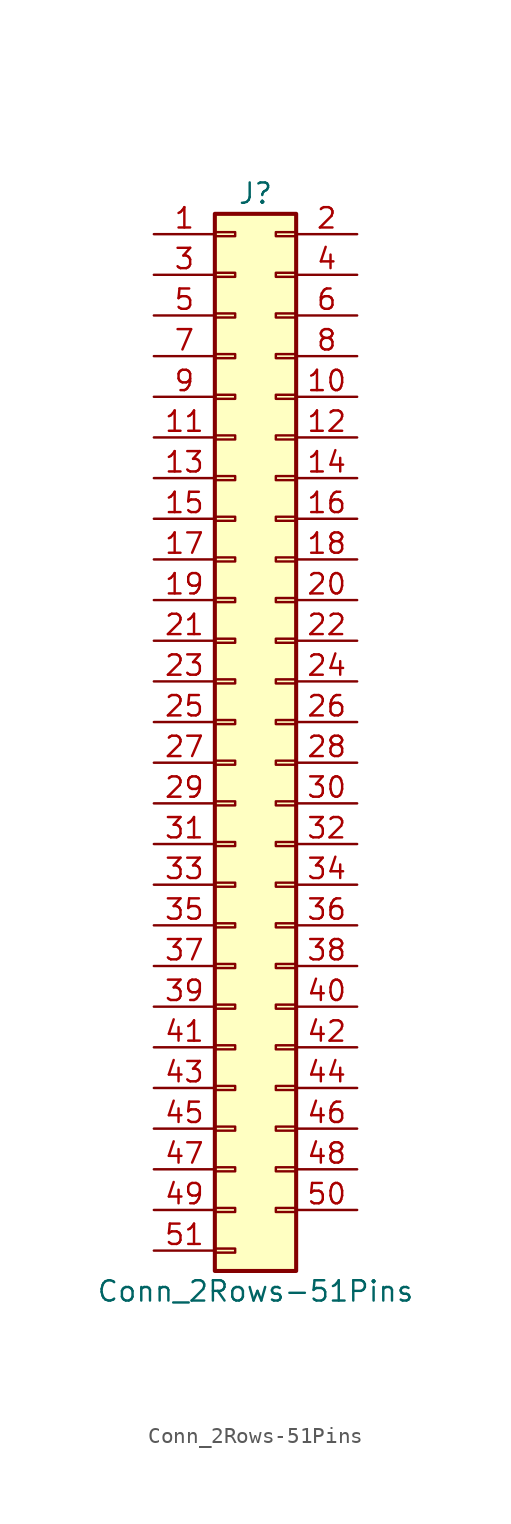
<source format=kicad_sym>
(kicad_symbol_lib
  (version 20211014)
  (generator kicad_symbol_editor)
  (symbol "Conn_2Rows-51Pins"
    (pin_names
      (offset 1.016) hide)
    (property "Reference" "J"
      (at 1.27 33.02 0)
      (effects (font (size 1.27 1.27))))
    (property "Value" "Conn_2Rows-51Pins"
      (at 1.27 -35.56 0)
      (effects (font (size 1.27 1.27))))
    (symbol "Conn_2Rows-51Pins_1_1"
      (rectangle (start -1.27 -32.893) (end 0 -33.147) (stroke (width 0.152) (type default) (color 0 0 0 0)) (fill (type none)))
      (rectangle (start -1.27 -30.353) (end 0 -30.607) (stroke (width 0.152) (type default) (color 0 0 0 0)) (fill (type none)))
      (rectangle (start -1.27 -27.813) (end 0 -28.067) (stroke (width 0.152) (type default) (color 0 0 0 0)) (fill (type none)))
      (rectangle (start -1.27 -25.273) (end 0 -25.527) (stroke (width 0.152) (type default) (color 0 0 0 0)) (fill (type none)))
      (rectangle (start -1.27 -22.733) (end 0 -22.987) (stroke (width 0.152) (type default) (color 0 0 0 0)) (fill (type none)))
      (rectangle (start -1.27 -20.193) (end 0 -20.447) (stroke (width 0.152) (type default) (color 0 0 0 0)) (fill (type none)))
      (rectangle (start -1.27 -17.653) (end 0 -17.907) (stroke (width 0.152) (type default) (color 0 0 0 0)) (fill (type none)))
      (rectangle (start -1.27 -15.113) (end 0 -15.367) (stroke (width 0.152) (type default) (color 0 0 0 0)) (fill (type none)))
      (rectangle (start -1.27 -12.573) (end 0 -12.827) (stroke (width 0.152) (type default) (color 0 0 0 0)) (fill (type none)))
      (rectangle (start -1.27 -10.033) (end 0 -10.287) (stroke (width 0.152) (type default) (color 0 0 0 0)) (fill (type none)))
      (rectangle (start -1.27 -7.493) (end 0 -7.747) (stroke (width 0.152) (type default) (color 0 0 0 0)) (fill (type none)))
      (rectangle (start -1.27 -4.953) (end 0 -5.207) (stroke (width 0.152) (type default) (color 0 0 0 0)) (fill (type none)))
      (rectangle (start -1.27 -2.413) (end 0 -2.667) (stroke (width 0.152) (type default) (color 0 0 0 0)) (fill (type none)))
      (rectangle (start -1.27 0.127) (end 0 -0.127) (stroke (width 0.152) (type default) (color 0 0 0 0)) (fill (type none)))
      (rectangle (start -1.27 2.667) (end 0 2.413) (stroke (width 0.152) (type default) (color 0 0 0 0)) (fill (type none)))
      (rectangle (start -1.27 5.207) (end 0 4.953) (stroke (width 0.152) (type default) (color 0 0 0 0)) (fill (type none)))
      (rectangle (start -1.27 7.747) (end 0 7.493) (stroke (width 0.152) (type default) (color 0 0 0 0)) (fill (type none)))
      (rectangle (start -1.27 10.287) (end 0 10.033) (stroke (width 0.152) (type default) (color 0 0 0 0)) (fill (type none)))
      (rectangle (start -1.27 12.827) (end 0 12.573) (stroke (width 0.152) (type default) (color 0 0 0 0)) (fill (type none)))
      (rectangle (start -1.27 15.367) (end 0 15.113) (stroke (width 0.152) (type default) (color 0 0 0 0)) (fill (type none)))
      (rectangle (start -1.27 17.907) (end 0 17.653) (stroke (width 0.152) (type default) (color 0 0 0 0)) (fill (type none)))
      (rectangle (start -1.27 20.447) (end 0 20.193) (stroke (width 0.152) (type default) (color 0 0 0 0)) (fill (type none)))
      (rectangle (start -1.27 22.987) (end 0 22.733) (stroke (width 0.152) (type default) (color 0 0 0 0)) (fill (type none)))
      (rectangle (start -1.27 25.527) (end 0 25.273) (stroke (width 0.152) (type default) (color 0 0 0 0)) (fill (type none)))
      (rectangle (start -1.27 28.067) (end 0 27.813) (stroke (width 0.152) (type default) (color 0 0 0 0)) (fill (type none)))
      (rectangle (start -1.27 30.607) (end 0 30.353) (stroke (width 0.152) (type default) (color 0 0 0 0)) (fill (type none)))
      (rectangle (start -1.27 31.75) (end 3.81 -34.29) (stroke (width 0.254) (type default) (color 0 0 0 0)) (fill (type background)))
      (rectangle (start 3.81 -30.353) (end 2.54 -30.607) (stroke (width 0.152) (type default) (color 0 0 0 0)) (fill (type none)))
      (rectangle (start 3.81 -27.813) (end 2.54 -28.067) (stroke (width 0.152) (type default) (color 0 0 0 0)) (fill (type none)))
      (rectangle (start 3.81 -25.273) (end 2.54 -25.527) (stroke (width 0.152) (type default) (color 0 0 0 0)) (fill (type none)))
      (rectangle (start 3.81 -22.733) (end 2.54 -22.987) (stroke (width 0.152) (type default) (color 0 0 0 0)) (fill (type none)))
      (rectangle (start 3.81 -20.193) (end 2.54 -20.447) (stroke (width 0.152) (type default) (color 0 0 0 0)) (fill (type none)))
      (rectangle (start 3.81 -17.653) (end 2.54 -17.907) (stroke (width 0.152) (type default) (color 0 0 0 0)) (fill (type none)))
      (rectangle (start 3.81 -15.113) (end 2.54 -15.367) (stroke (width 0.152) (type default) (color 0 0 0 0)) (fill (type none)))
      (rectangle (start 3.81 -12.573) (end 2.54 -12.827) (stroke (width 0.152) (type default) (color 0 0 0 0)) (fill (type none)))
      (rectangle (start 3.81 -10.033) (end 2.54 -10.287) (stroke (width 0.152) (type default) (color 0 0 0 0)) (fill (type none)))
      (rectangle (start 3.81 -7.493) (end 2.54 -7.747) (stroke (width 0.152) (type default) (color 0 0 0 0)) (fill (type none)))
      (rectangle (start 3.81 -4.953) (end 2.54 -5.207) (stroke (width 0.152) (type default) (color 0 0 0 0)) (fill (type none)))
      (rectangle (start 3.81 -2.413) (end 2.54 -2.667) (stroke (width 0.152) (type default) (color 0 0 0 0)) (fill (type none)))
      (rectangle (start 3.81 0.127) (end 2.54 -0.127) (stroke (width 0.152) (type default) (color 0 0 0 0)) (fill (type none)))
      (rectangle (start 3.81 2.667) (end 2.54 2.413) (stroke (width 0.152) (type default) (color 0 0 0 0)) (fill (type none)))
      (rectangle (start 3.81 5.207) (end 2.54 4.953) (stroke (width 0.152) (type default) (color 0 0 0 0)) (fill (type none)))
      (rectangle (start 3.81 7.747) (end 2.54 7.493) (stroke (width 0.152) (type default) (color 0 0 0 0)) (fill (type none)))
      (rectangle (start 3.81 10.287) (end 2.54 10.033) (stroke (width 0.152) (type default) (color 0 0 0 0)) (fill (type none)))
      (rectangle (start 3.81 12.827) (end 2.54 12.573) (stroke (width 0.152) (type default) (color 0 0 0 0)) (fill (type none)))
      (rectangle (start 3.81 15.367) (end 2.54 15.113) (stroke (width 0.152) (type default) (color 0 0 0 0)) (fill (type none)))
      (rectangle (start 3.81 17.907) (end 2.54 17.653) (stroke (width 0.152) (type default) (color 0 0 0 0)) (fill (type none)))
      (rectangle (start 3.81 20.447) (end 2.54 20.193) (stroke (width 0.152) (type default) (color 0 0 0 0)) (fill (type none)))
      (rectangle (start 3.81 22.987) (end 2.54 22.733) (stroke (width 0.152) (type default) (color 0 0 0 0)) (fill (type none)))
      (rectangle (start 3.81 25.527) (end 2.54 25.273) (stroke (width 0.152) (type default) (color 0 0 0 0)) (fill (type none)))
      (rectangle (start 3.81 28.067) (end 2.54 27.813) (stroke (width 0.152) (type default) (color 0 0 0 0)) (fill (type none)))
      (rectangle (start 3.81 30.607) (end 2.54 30.353) (stroke (width 0.152) (type default) (color 0 0 0 0)) (fill (type none)))
      (pin passive line (at -5.08 30.48 0) (length 3.81) (name "Pin_1" (effects (font (size 1.27 1.27)))) (number "1" (effects (font (size 1.27 1.27)))))
      (pin passive line (at 7.62 20.32 180) (length 3.81) (name "Pin_10" (effects (font (size 1.27 1.27)))) (number "10" (effects (font (size 1.27 1.27)))))
      (pin passive line (at -5.08 17.78 0) (length 3.81) (name "Pin_11" (effects (font (size 1.27 1.27)))) (number "11" (effects (font (size 1.27 1.27)))))
      (pin passive line (at 7.62 17.78 180) (length 3.81) (name "Pin_12" (effects (font (size 1.27 1.27)))) (number "12" (effects (font (size 1.27 1.27)))))
      (pin passive line (at -5.08 15.24 0) (length 3.81) (name "Pin_13" (effects (font (size 1.27 1.27)))) (number "13" (effects (font (size 1.27 1.27)))))
      (pin passive line (at 7.62 15.24 180) (length 3.81) (name "Pin_14" (effects (font (size 1.27 1.27)))) (number "14" (effects (font (size 1.27 1.27)))))
      (pin passive line (at -5.08 12.7 0) (length 3.81) (name "Pin_15" (effects (font (size 1.27 1.27)))) (number "15" (effects (font (size 1.27 1.27)))))
      (pin passive line (at 7.62 12.7 180) (length 3.81) (name "Pin_16" (effects (font (size 1.27 1.27)))) (number "16" (effects (font (size 1.27 1.27)))))
      (pin passive line (at -5.08 10.16 0) (length 3.81) (name "Pin_17" (effects (font (size 1.27 1.27)))) (number "17" (effects (font (size 1.27 1.27)))))
      (pin passive line (at 7.62 10.16 180) (length 3.81) (name "Pin_18" (effects (font (size 1.27 1.27)))) (number "18" (effects (font (size 1.27 1.27)))))
      (pin passive line (at -5.08 7.62 0) (length 3.81) (name "Pin_19" (effects (font (size 1.27 1.27)))) (number "19" (effects (font (size 1.27 1.27)))))
      (pin passive line (at 7.62 30.48 180) (length 3.81) (name "Pin_2" (effects (font (size 1.27 1.27)))) (number "2" (effects (font (size 1.27 1.27)))))
      (pin passive line (at 7.62 7.62 180) (length 3.81) (name "Pin_20" (effects (font (size 1.27 1.27)))) (number "20" (effects (font (size 1.27 1.27)))))
      (pin passive line (at -5.08 5.08 0) (length 3.81) (name "Pin_21" (effects (font (size 1.27 1.27)))) (number "21" (effects (font (size 1.27 1.27)))))
      (pin passive line (at 7.62 5.08 180) (length 3.81) (name "Pin_22" (effects (font (size 1.27 1.27)))) (number "22" (effects (font (size 1.27 1.27)))))
      (pin passive line (at -5.08 2.54 0) (length 3.81) (name "Pin_23" (effects (font (size 1.27 1.27)))) (number "23" (effects (font (size 1.27 1.27)))))
      (pin passive line (at 7.62 2.54 180) (length 3.81) (name "Pin_24" (effects (font (size 1.27 1.27)))) (number "24" (effects (font (size 1.27 1.27)))))
      (pin passive line (at -5.08 0 0) (length 3.81) (name "Pin_25" (effects (font (size 1.27 1.27)))) (number "25" (effects (font (size 1.27 1.27)))))
      (pin passive line (at 7.62 0 180) (length 3.81) (name "Pin_26" (effects (font (size 1.27 1.27)))) (number "26" (effects (font (size 1.27 1.27)))))
      (pin passive line (at -5.08 -2.54 0) (length 3.81) (name "Pin_27" (effects (font (size 1.27 1.27)))) (number "27" (effects (font (size 1.27 1.27)))))
      (pin passive line (at 7.62 -2.54 180) (length 3.81) (name "Pin_28" (effects (font (size 1.27 1.27)))) (number "28" (effects (font (size 1.27 1.27)))))
      (pin passive line (at -5.08 -5.08 0) (length 3.81) (name "Pin_29" (effects (font (size 1.27 1.27)))) (number "29" (effects (font (size 1.27 1.27)))))
      (pin passive line (at -5.08 27.94 0) (length 3.81) (name "Pin_3" (effects (font (size 1.27 1.27)))) (number "3" (effects (font (size 1.27 1.27)))))
      (pin passive line (at 7.62 -5.08 180) (length 3.81) (name "Pin_30" (effects (font (size 1.27 1.27)))) (number "30" (effects (font (size 1.27 1.27)))))
      (pin passive line (at -5.08 -7.62 0) (length 3.81) (name "Pin_31" (effects (font (size 1.27 1.27)))) (number "31" (effects (font (size 1.27 1.27)))))
      (pin passive line (at 7.62 -7.62 180) (length 3.81) (name "Pin_32" (effects (font (size 1.27 1.27)))) (number "32" (effects (font (size 1.27 1.27)))))
      (pin passive line (at -5.08 -10.16 0) (length 3.81) (name "Pin_33" (effects (font (size 1.27 1.27)))) (number "33" (effects (font (size 1.27 1.27)))))
      (pin passive line (at 7.62 -10.16 180) (length 3.81) (name "Pin_34" (effects (font (size 1.27 1.27)))) (number "34" (effects (font (size 1.27 1.27)))))
      (pin passive line (at -5.08 -12.7 0) (length 3.81) (name "Pin_35" (effects (font (size 1.27 1.27)))) (number "35" (effects (font (size 1.27 1.27)))))
      (pin passive line (at 7.62 -12.7 180) (length 3.81) (name "Pin_36" (effects (font (size 1.27 1.27)))) (number "36" (effects (font (size 1.27 1.27)))))
      (pin passive line (at -5.08 -15.24 0) (length 3.81) (name "Pin_37" (effects (font (size 1.27 1.27)))) (number "37" (effects (font (size 1.27 1.27)))))
      (pin passive line (at 7.62 -15.24 180) (length 3.81) (name "Pin_38" (effects (font (size 1.27 1.27)))) (number "38" (effects (font (size 1.27 1.27)))))
      (pin passive line (at -5.08 -17.78 0) (length 3.81) (name "Pin_39" (effects (font (size 1.27 1.27)))) (number "39" (effects (font (size 1.27 1.27)))))
      (pin passive line (at 7.62 27.94 180) (length 3.81) (name "Pin_4" (effects (font (size 1.27 1.27)))) (number "4" (effects (font (size 1.27 1.27)))))
      (pin passive line (at 7.62 -17.78 180) (length 3.81) (name "Pin_40" (effects (font (size 1.27 1.27)))) (number "40" (effects (font (size 1.27 1.27)))))
      (pin passive line (at -5.08 -20.32 0) (length 3.81) (name "Pin_41" (effects (font (size 1.27 1.27)))) (number "41" (effects (font (size 1.27 1.27)))))
      (pin passive line (at 7.62 -20.32 180) (length 3.81) (name "Pin_42" (effects (font (size 1.27 1.27)))) (number "42" (effects (font (size 1.27 1.27)))))
      (pin passive line (at -5.08 -22.86 0) (length 3.81) (name "Pin_43" (effects (font (size 1.27 1.27)))) (number "43" (effects (font (size 1.27 1.27)))))
      (pin passive line (at 7.62 -22.86 180) (length 3.81) (name "Pin_44" (effects (font (size 1.27 1.27)))) (number "44" (effects (font (size 1.27 1.27)))))
      (pin passive line (at -5.08 -25.4 0) (length 3.81) (name "Pin_45" (effects (font (size 1.27 1.27)))) (number "45" (effects (font (size 1.27 1.27)))))
      (pin passive line (at 7.62 -25.4 180) (length 3.81) (name "Pin_46" (effects (font (size 1.27 1.27)))) (number "46" (effects (font (size 1.27 1.27)))))
      (pin passive line (at -5.08 -27.94 0) (length 3.81) (name "Pin_47" (effects (font (size 1.27 1.27)))) (number "47" (effects (font (size 1.27 1.27)))))
      (pin passive line (at 7.62 -27.94 180) (length 3.81) (name "Pin_48" (effects (font (size 1.27 1.27)))) (number "48" (effects (font (size 1.27 1.27)))))
      (pin passive line (at -5.08 -30.48 0) (length 3.81) (name "Pin_49" (effects (font (size 1.27 1.27)))) (number "49" (effects (font (size 1.27 1.27)))))
      (pin passive line (at -5.08 25.4 0) (length 3.81) (name "Pin_5" (effects (font (size 1.27 1.27)))) (number "5" (effects (font (size 1.27 1.27)))))
      (pin passive line (at 7.62 -30.48 180) (length 3.81) (name "Pin_50" (effects (font (size 1.27 1.27)))) (number "50" (effects (font (size 1.27 1.27)))))
      (pin passive line (at -5.08 -33.02 0) (length 3.81) (name "Pin_51" (effects (font (size 1.27 1.27)))) (number "51" (effects (font (size 1.27 1.27)))))
      (pin passive line (at 7.62 25.4 180) (length 3.81) (name "Pin_6" (effects (font (size 1.27 1.27)))) (number "6" (effects (font (size 1.27 1.27)))))
      (pin passive line (at -5.08 22.86 0) (length 3.81) (name "Pin_7" (effects (font (size 1.27 1.27)))) (number "7" (effects (font (size 1.27 1.27)))))
      (pin passive line (at 7.62 22.86 180) (length 3.81) (name "Pin_8" (effects (font (size 1.27 1.27)))) (number "8" (effects (font (size 1.27 1.27)))))
      (pin passive line (at -5.08 20.32 0) (length 3.81) (name "Pin_9" (effects (font (size 1.27 1.27)))) (number "9" (effects (font (size 1.27 1.27))))))))
</source>
